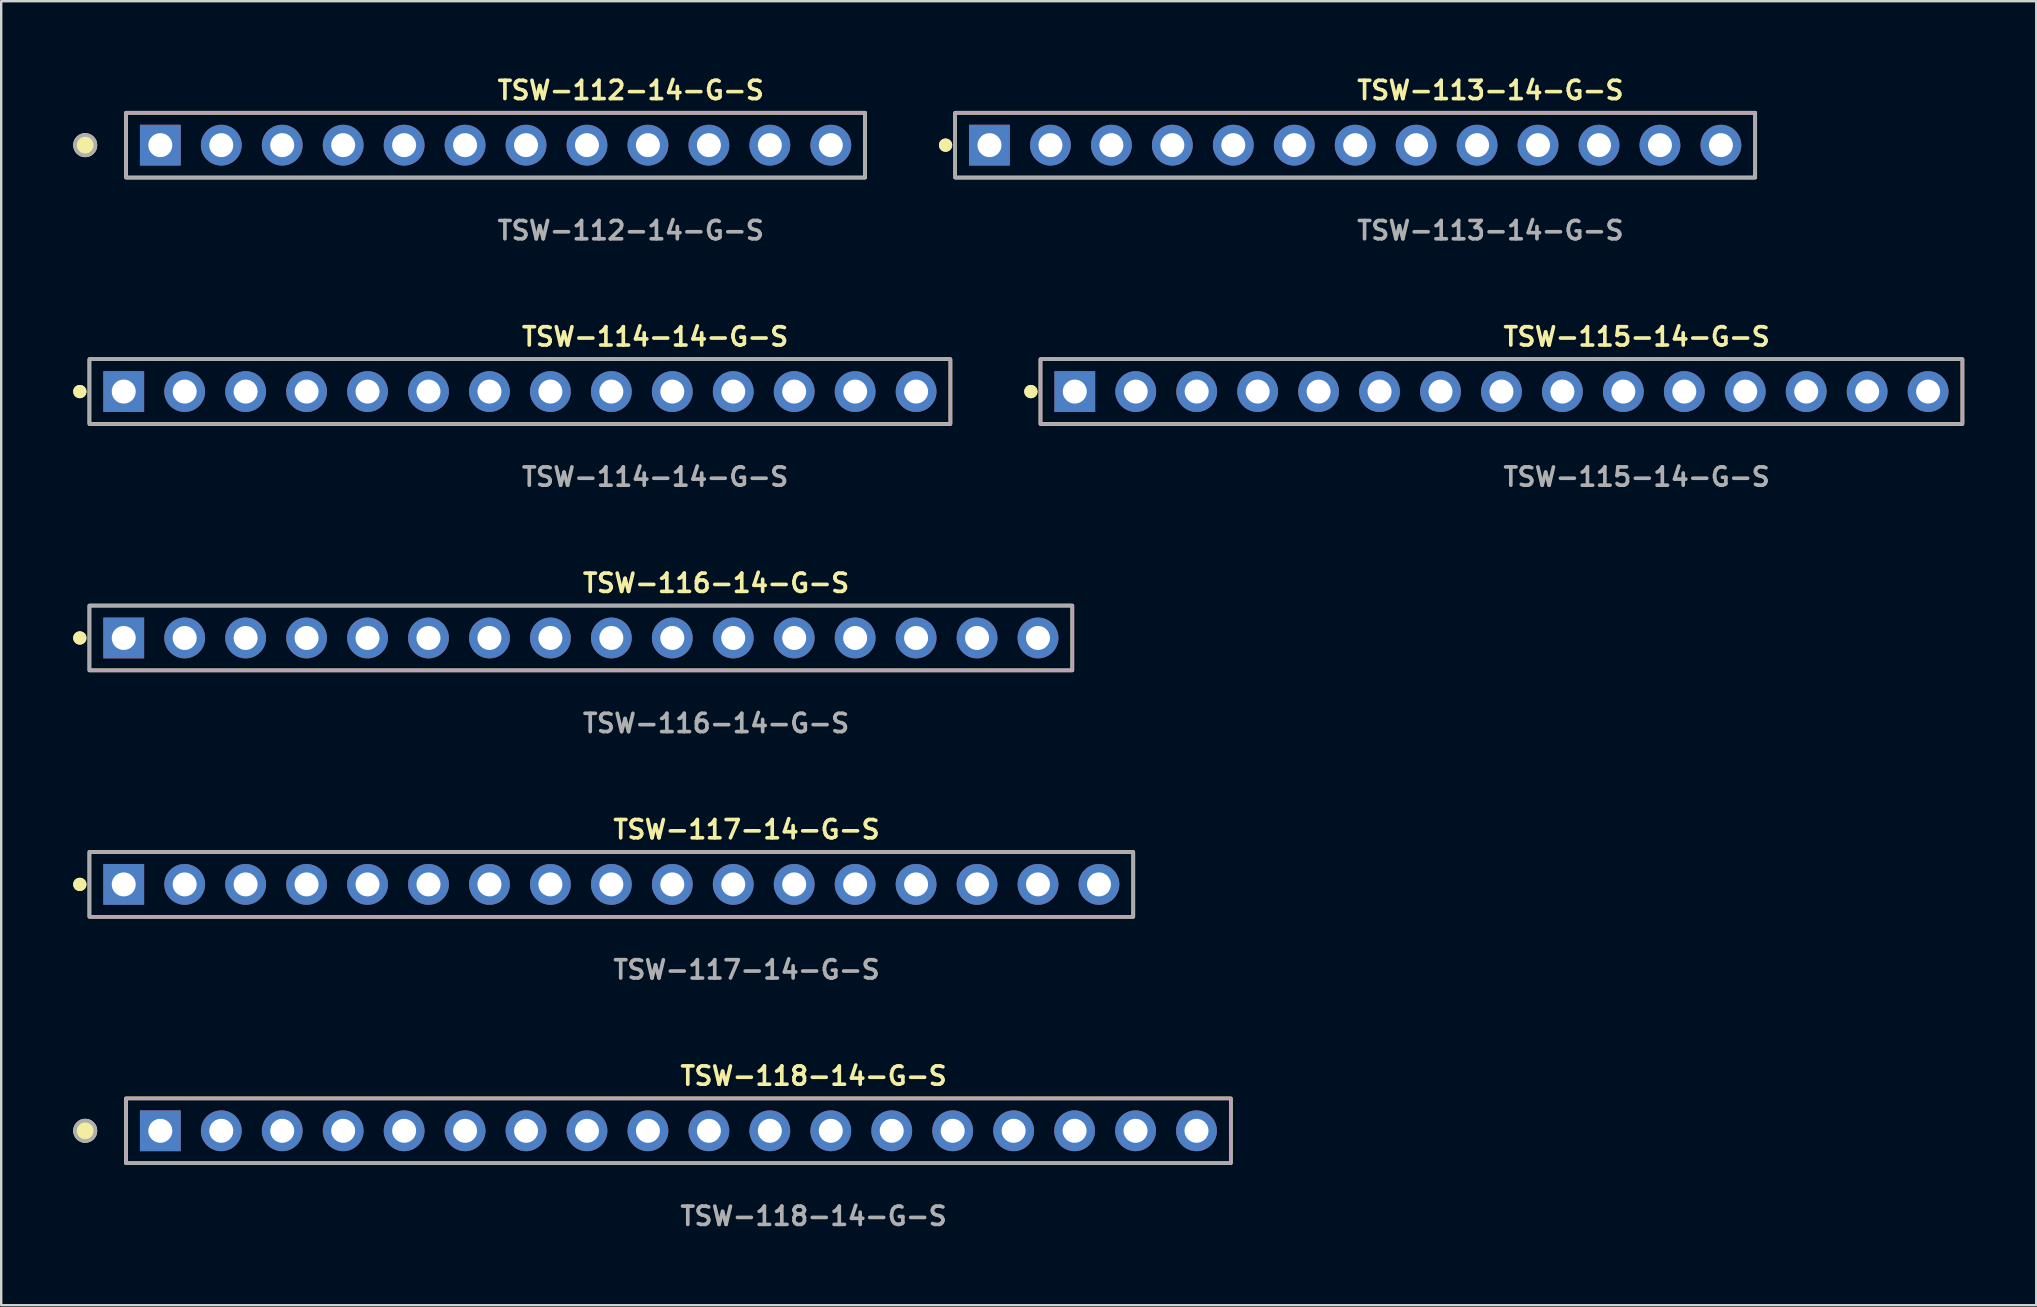
<source format=kicad_pcb>
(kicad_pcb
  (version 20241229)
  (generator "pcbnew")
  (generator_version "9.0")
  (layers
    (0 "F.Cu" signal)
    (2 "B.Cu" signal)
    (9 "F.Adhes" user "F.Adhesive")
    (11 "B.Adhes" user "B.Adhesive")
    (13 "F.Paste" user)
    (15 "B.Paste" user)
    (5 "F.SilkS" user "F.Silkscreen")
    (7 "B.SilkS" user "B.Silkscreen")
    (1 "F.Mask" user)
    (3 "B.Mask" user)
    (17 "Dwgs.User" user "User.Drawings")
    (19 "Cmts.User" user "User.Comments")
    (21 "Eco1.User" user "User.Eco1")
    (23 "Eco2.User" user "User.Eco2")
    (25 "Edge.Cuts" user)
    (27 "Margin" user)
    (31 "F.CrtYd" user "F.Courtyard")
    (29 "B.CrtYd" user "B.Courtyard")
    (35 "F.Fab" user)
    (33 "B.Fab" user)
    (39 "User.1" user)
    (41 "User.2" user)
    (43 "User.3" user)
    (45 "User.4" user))
  (footprint "TSW-113-14-G-S"
    (layer "F.Cu")
    (at 53.424 2.999)
    (property "Reference" "TSW-113-14-G-S" (at 0 -2.286 0) (unlocked yes) (layer "F.SilkS") (effects (font (size 0.762 0.762) (thickness 0.152)) (justify left)))
    (fp_rect (start -16.67 1.35) (end 16.67 -1.35) (stroke (width 0.152) (type solid)) (fill no) (layer "F.SilkS"))
    (fp_circle (center -17.07 0) (end -17.27 0) (stroke (width 0.152) (type solid)) (fill yes) (layer "F.SilkS"))
    (fp_circle (center -17.07 0) (end -17.27 0) (stroke (width 0.152) (type solid)) (fill yes) (layer "F.SilkS"))
    (fp_rect (start -16.67 1.35) (end 16.67 -1.35) (stroke (width 0.006) (type solid)) (fill no) (layer "F.CrtYd"))
    (fp_rect (start -16.67 1.35) (end 16.67 -1.35) (stroke (width 0.152) (type solid)) (fill no) (layer "F.Fab"))
    (fp_text user "${REFERENCE}" (at 0 3.556 0) (unlocked yes) (layer "F.Fab") (effects (font (size 0.762 0.762) (thickness 0.152)) (justify left)))
    (pad "1" thru_hole rect (at -15.24 0) (size 1.7 1.7) (drill 1) (layers "*.Cu" "*.Mask"))
    (pad "2" thru_hole circle (at -12.7 0) (size 1.7 1.7) (drill 1) (layers "*.Cu" "*.Mask"))
    (pad "3" thru_hole circle (at -10.16 0) (size 1.7 1.7) (drill 1) (layers "*.Cu" "*.Mask"))
    (pad "4" thru_hole circle (at -7.62 0) (size 1.7 1.7) (drill 1) (layers "*.Cu" "*.Mask"))
    (pad "5" thru_hole circle (at -5.08 0) (size 1.7 1.7) (drill 1) (layers "*.Cu" "*.Mask"))
    (pad "6" thru_hole circle (at -2.54 0) (size 1.7 1.7) (drill 1) (layers "*.Cu" "*.Mask"))
    (pad "7" thru_hole circle (at 0 0) (size 1.7 1.7) (drill 1) (layers "*.Cu" "*.Mask"))
    (pad "8" thru_hole circle (at 2.54 0) (size 1.7 1.7) (drill 1) (layers "*.Cu" "*.Mask"))
    (pad "9" thru_hole circle (at 5.08 0) (size 1.7 1.7) (drill 1) (layers "*.Cu" "*.Mask"))
    (pad "10" thru_hole circle (at 7.62 0) (size 1.7 1.7) (drill 1) (layers "*.Cu" "*.Mask"))
    (pad "11" thru_hole circle (at 10.16 0) (size 1.7 1.7) (drill 1) (layers "*.Cu" "*.Mask"))
    (pad "12" thru_hole circle (at 12.7 0) (size 1.7 1.7) (drill 1) (layers "*.Cu" "*.Mask"))
    (pad "13" thru_hole circle (at 15.24 0) (size 1.7 1.7) (drill 1) (layers "*.Cu" "*.Mask")))
  (footprint "TSW-115-14-G-S"
    (layer "F.Cu")
    (at 59.519 13.268)
    (property "Reference" "TSW-115-14-G-S" (at 0 -2.286 0) (unlocked yes) (layer "F.SilkS") (effects (font (size 0.762 0.762) (thickness 0.152)) (justify left)))
    (fp_rect (start -19.21 1.35) (end 19.21 -1.35) (stroke (width 0.152) (type solid)) (fill no) (layer "F.SilkS"))
    (fp_circle (center -19.61 0) (end -19.81 0) (stroke (width 0.152) (type solid)) (fill yes) (layer "F.SilkS"))
    (fp_circle (center -19.61 0) (end -19.81 0) (stroke (width 0.152) (type solid)) (fill yes) (layer "F.SilkS"))
    (fp_rect (start -19.21 1.35) (end 19.21 -1.35) (stroke (width 0.006) (type solid)) (fill no) (layer "F.CrtYd"))
    (fp_rect (start -19.21 1.35) (end 19.21 -1.35) (stroke (width 0.152) (type solid)) (fill no) (layer "F.Fab"))
    (fp_text user "${REFERENCE}" (at 0 3.556 0) (unlocked yes) (layer "F.Fab") (effects (font (size 0.762 0.762) (thickness 0.152)) (justify left)))
    (pad "1" thru_hole rect (at -17.78 0) (size 1.7 1.7) (drill 1) (layers "*.Cu" "*.Mask"))
    (pad "2" thru_hole circle (at -15.24 0) (size 1.7 1.7) (drill 1) (layers "*.Cu" "*.Mask"))
    (pad "3" thru_hole circle (at -12.7 0) (size 1.7 1.7) (drill 1) (layers "*.Cu" "*.Mask"))
    (pad "4" thru_hole circle (at -10.16 0) (size 1.7 1.7) (drill 1) (layers "*.Cu" "*.Mask"))
    (pad "5" thru_hole circle (at -7.62 0) (size 1.7 1.7) (drill 1) (layers "*.Cu" "*.Mask"))
    (pad "6" thru_hole circle (at -5.08 0) (size 1.7 1.7) (drill 1) (layers "*.Cu" "*.Mask"))
    (pad "7" thru_hole circle (at -2.54 0) (size 1.7 1.7) (drill 1) (layers "*.Cu" "*.Mask"))
    (pad "8" thru_hole circle (at 0 0) (size 1.7 1.7) (drill 1) (layers "*.Cu" "*.Mask"))
    (pad "9" thru_hole circle (at 2.54 0) (size 1.7 1.7) (drill 1) (layers "*.Cu" "*.Mask"))
    (pad "10" thru_hole circle (at 5.08 0) (size 1.7 1.7) (drill 1) (layers "*.Cu" "*.Mask"))
    (pad "11" thru_hole circle (at 7.62 0) (size 1.7 1.7) (drill 1) (layers "*.Cu" "*.Mask"))
    (pad "12" thru_hole circle (at 10.16 0) (size 1.7 1.7) (drill 1) (layers "*.Cu" "*.Mask"))
    (pad "13" thru_hole circle (at 12.7 0) (size 1.7 1.7) (drill 1) (layers "*.Cu" "*.Mask"))
    (pad "14" thru_hole circle (at 15.24 0) (size 1.7 1.7) (drill 1) (layers "*.Cu" "*.Mask"))
    (pad "15" thru_hole circle (at 17.78 0) (size 1.7 1.7) (drill 1) (layers "*.Cu" "*.Mask")))
  (footprint "TSW-114-14-G-S"
    (layer "F.Cu")
    (at 18.616 13.268)
    (property "Reference" "TSW-114-14-G-S" (at 0 -2.286 0) (unlocked yes) (layer "F.SilkS") (effects (font (size 0.762 0.762) (thickness 0.152)) (justify left)))
    (fp_rect (start -17.94 1.35) (end 17.94 -1.35) (stroke (width 0.152) (type solid)) (fill no) (layer "F.SilkS"))
    (fp_circle (center -18.34 0) (end -18.54 0) (stroke (width 0.152) (type solid)) (fill yes) (layer "F.SilkS"))
    (fp_circle (center -18.34 0) (end -18.54 0) (stroke (width 0.152) (type solid)) (fill yes) (layer "F.SilkS"))
    (fp_rect (start -17.94 1.35) (end 17.94 -1.35) (stroke (width 0.006) (type solid)) (fill no) (layer "F.CrtYd"))
    (fp_rect (start -17.94 1.35) (end 17.94 -1.35) (stroke (width 0.152) (type solid)) (fill no) (layer "F.Fab"))
    (fp_text user "${REFERENCE}" (at 0 3.556 0) (unlocked yes) (layer "F.Fab") (effects (font (size 0.762 0.762) (thickness 0.152)) (justify left)))
    (pad "1" thru_hole rect (at -16.51 0) (size 1.7 1.7) (drill 1) (layers "*.Cu" "*.Mask"))
    (pad "2" thru_hole circle (at -13.97 0) (size 1.7 1.7) (drill 1) (layers "*.Cu" "*.Mask"))
    (pad "3" thru_hole circle (at -11.43 0) (size 1.7 1.7) (drill 1) (layers "*.Cu" "*.Mask"))
    (pad "4" thru_hole circle (at -8.89 0) (size 1.7 1.7) (drill 1) (layers "*.Cu" "*.Mask"))
    (pad "5" thru_hole circle (at -6.35 0) (size 1.7 1.7) (drill 1) (layers "*.Cu" "*.Mask"))
    (pad "6" thru_hole circle (at -3.81 0) (size 1.7 1.7) (drill 1) (layers "*.Cu" "*.Mask"))
    (pad "7" thru_hole circle (at -1.27 0) (size 1.7 1.7) (drill 1) (layers "*.Cu" "*.Mask"))
    (pad "8" thru_hole circle (at 1.27 0) (size 1.7 1.7) (drill 1) (layers "*.Cu" "*.Mask"))
    (pad "9" thru_hole circle (at 3.81 0) (size 1.7 1.7) (drill 1) (layers "*.Cu" "*.Mask"))
    (pad "10" thru_hole circle (at 6.35 0) (size 1.7 1.7) (drill 1) (layers "*.Cu" "*.Mask"))
    (pad "11" thru_hole circle (at 8.89 0) (size 1.7 1.7) (drill 1) (layers "*.Cu" "*.Mask"))
    (pad "12" thru_hole circle (at 11.43 0) (size 1.7 1.7) (drill 1) (layers "*.Cu" "*.Mask"))
    (pad "13" thru_hole circle (at 13.97 0) (size 1.7 1.7) (drill 1) (layers "*.Cu" "*.Mask"))
    (pad "14" thru_hole circle (at 16.51 0) (size 1.7 1.7) (drill 1) (layers "*.Cu" "*.Mask")))
  (footprint "TSW-112-14-G-S"
    (layer "F.Cu")
    (at 17.601 2.999)
    (property "Reference" "TSW-112-14-G-S" (at 0 -2.286 0) (unlocked yes) (layer "F.SilkS") (effects (font (size 0.762 0.762) (thickness 0.152)) (justify left)))
    (fp_rect (start -15.4 1.35) (end 15.4 -1.35) (stroke (width 0.152) (type solid)) (fill no) (layer "F.SilkS"))
    (fp_circle (center -17.1 0) (end -17.525 0) (stroke (width 0.152) (type solid)) (fill yes) (layer "F.SilkS"))
    (fp_rect (start -15.4 1.35) (end 15.4 -1.35) (stroke (width 0.006) (type solid)) (fill no) (layer "F.CrtYd"))
    (fp_rect (start -15.4 1.35) (end 15.4 -1.35) (stroke (width 0.152) (type solid)) (fill no) (layer "F.Fab"))
    (fp_circle (center -17.1 0) (end -17.525 0) (stroke (width 0.152) (type solid)) (fill no) (layer "F.Fab"))
    (fp_text user "${REFERENCE}" (at 0 3.556 0) (unlocked yes) (layer "F.Fab") (effects (font (size 0.762 0.762) (thickness 0.152)) (justify left)))
    (pad "1" thru_hole rect (at -13.97 0) (size 1.7 1.7) (drill 1) (layers "*.Cu" "*.Mask"))
    (pad "2" thru_hole circle (at -11.43 0) (size 1.7 1.7) (drill 1) (layers "*.Cu" "*.Mask"))
    (pad "3" thru_hole circle (at -8.89 0) (size 1.7 1.7) (drill 1) (layers "*.Cu" "*.Mask"))
    (pad "4" thru_hole circle (at -6.35 0) (size 1.7 1.7) (drill 1) (layers "*.Cu" "*.Mask"))
    (pad "5" thru_hole circle (at -3.81 0) (size 1.7 1.7) (drill 1) (layers "*.Cu" "*.Mask"))
    (pad "6" thru_hole circle (at -1.27 0) (size 1.7 1.7) (drill 1) (layers "*.Cu" "*.Mask"))
    (pad "7" thru_hole circle (at 1.27 0) (size 1.7 1.7) (drill 1) (layers "*.Cu" "*.Mask"))
    (pad "8" thru_hole circle (at 3.81 0) (size 1.7 1.7) (drill 1) (layers "*.Cu" "*.Mask"))
    (pad "9" thru_hole circle (at 6.35 0) (size 1.7 1.7) (drill 1) (layers "*.Cu" "*.Mask"))
    (pad "10" thru_hole circle (at 8.89 0) (size 1.7 1.7) (drill 1) (layers "*.Cu" "*.Mask"))
    (pad "11" thru_hole circle (at 11.43 0) (size 1.7 1.7) (drill 1) (layers "*.Cu" "*.Mask"))
    (pad "12" thru_hole circle (at 13.97 0) (size 1.7 1.7) (drill 1) (layers "*.Cu" "*.Mask")))
  (footprint "TSW-118-14-G-S"
    (layer "F.Cu")
    (at 25.221 44.073)
    (property "Reference" "TSW-118-14-G-S" (at 0 -2.286 0) (unlocked yes) (layer "F.SilkS") (effects (font (size 0.762 0.762) (thickness 0.152)) (justify left)))
    (fp_rect (start -23.02 1.35) (end 23.02 -1.35) (stroke (width 0.152) (type solid)) (fill no) (layer "F.SilkS"))
    (fp_circle (center -24.72 0) (end -25.145 0) (stroke (width 0.152) (type solid)) (fill yes) (layer "F.SilkS"))
    (fp_rect (start -23.02 1.35) (end 23.02 -1.35) (stroke (width 0.006) (type solid)) (fill no) (layer "F.CrtYd"))
    (fp_rect (start -23.02 1.35) (end 23.02 -1.35) (stroke (width 0.152) (type solid)) (fill no) (layer "F.Fab"))
    (fp_circle (center -24.72 0) (end -25.145 0) (stroke (width 0.152) (type solid)) (fill no) (layer "F.Fab"))
    (fp_text user "${REFERENCE}" (at 0 3.556 0) (unlocked yes) (layer "F.Fab") (effects (font (size 0.762 0.762) (thickness 0.152)) (justify left)))
    (pad "1" thru_hole rect (at -21.59 0) (size 1.7 1.7) (drill 1) (layers "*.Cu" "*.Mask"))
    (pad "2" thru_hole circle (at -19.05 0) (size 1.7 1.7) (drill 1) (layers "*.Cu" "*.Mask"))
    (pad "3" thru_hole circle (at -16.51 0) (size 1.7 1.7) (drill 1) (layers "*.Cu" "*.Mask"))
    (pad "4" thru_hole circle (at -13.97 0) (size 1.7 1.7) (drill 1) (layers "*.Cu" "*.Mask"))
    (pad "5" thru_hole circle (at -11.43 0) (size 1.7 1.7) (drill 1) (layers "*.Cu" "*.Mask"))
    (pad "6" thru_hole circle (at -8.89 0) (size 1.7 1.7) (drill 1) (layers "*.Cu" "*.Mask"))
    (pad "7" thru_hole circle (at -6.35 0) (size 1.7 1.7) (drill 1) (layers "*.Cu" "*.Mask"))
    (pad "8" thru_hole circle (at -3.81 0) (size 1.7 1.7) (drill 1) (layers "*.Cu" "*.Mask"))
    (pad "9" thru_hole circle (at -1.27 0) (size 1.7 1.7) (drill 1) (layers "*.Cu" "*.Mask"))
    (pad "10" thru_hole circle (at 1.27 0) (size 1.7 1.7) (drill 1) (layers "*.Cu" "*.Mask"))
    (pad "11" thru_hole circle (at 3.81 0) (size 1.7 1.7) (drill 1) (layers "*.Cu" "*.Mask"))
    (pad "12" thru_hole circle (at 6.35 0) (size 1.7 1.7) (drill 1) (layers "*.Cu" "*.Mask"))
    (pad "13" thru_hole circle (at 8.89 0) (size 1.7 1.7) (drill 1) (layers "*.Cu" "*.Mask"))
    (pad "14" thru_hole circle (at 11.43 0) (size 1.7 1.7) (drill 1) (layers "*.Cu" "*.Mask"))
    (pad "15" thru_hole circle (at 13.97 0) (size 1.7 1.7) (drill 1) (layers "*.Cu" "*.Mask"))
    (pad "16" thru_hole circle (at 16.51 0) (size 1.7 1.7) (drill 1) (layers "*.Cu" "*.Mask"))
    (pad "17" thru_hole circle (at 19.05 0) (size 1.7 1.7) (drill 1) (layers "*.Cu" "*.Mask"))
    (pad "18" thru_hole circle (at 21.59 0) (size 1.7 1.7) (drill 1) (layers "*.Cu" "*.Mask")))
  (footprint "TSW-116-14-G-S"
    (layer "F.Cu")
    (at 21.156 23.536)
    (property "Reference" "TSW-116-14-G-S" (at 0 -2.286 0) (unlocked yes) (layer "F.SilkS") (effects (font (size 0.762 0.762) (thickness 0.152)) (justify left)))
    (fp_rect (start -20.48 1.35) (end 20.48 -1.35) (stroke (width 0.152) (type solid)) (fill no) (layer "F.SilkS"))
    (fp_circle (center -20.88 0) (end -21.08 0) (stroke (width 0.152) (type solid)) (fill yes) (layer "F.SilkS"))
    (fp_circle (center -20.88 0) (end -21.08 0) (stroke (width 0.152) (type solid)) (fill yes) (layer "F.SilkS"))
    (fp_rect (start -20.48 1.35) (end 20.48 -1.35) (stroke (width 0.006) (type solid)) (fill no) (layer "F.CrtYd"))
    (fp_rect (start -20.48 1.35) (end 20.48 -1.35) (stroke (width 0.152) (type solid)) (fill no) (layer "F.Fab"))
    (fp_text user "${REFERENCE}" (at 0 3.556 0) (unlocked yes) (layer "F.Fab") (effects (font (size 0.762 0.762) (thickness 0.152)) (justify left)))
    (pad "1" thru_hole rect (at -19.05 0) (size 1.7 1.7) (drill 1) (layers "*.Cu" "*.Mask"))
    (pad "2" thru_hole circle (at -16.51 0) (size 1.7 1.7) (drill 1) (layers "*.Cu" "*.Mask"))
    (pad "3" thru_hole circle (at -13.97 0) (size 1.7 1.7) (drill 1) (layers "*.Cu" "*.Mask"))
    (pad "4" thru_hole circle (at -11.43 0) (size 1.7 1.7) (drill 1) (layers "*.Cu" "*.Mask"))
    (pad "5" thru_hole circle (at -8.89 0) (size 1.7 1.7) (drill 1) (layers "*.Cu" "*.Mask"))
    (pad "6" thru_hole circle (at -6.35 0) (size 1.7 1.7) (drill 1) (layers "*.Cu" "*.Mask"))
    (pad "7" thru_hole circle (at -3.81 0) (size 1.7 1.7) (drill 1) (layers "*.Cu" "*.Mask"))
    (pad "8" thru_hole circle (at -1.27 0) (size 1.7 1.7) (drill 1) (layers "*.Cu" "*.Mask"))
    (pad "9" thru_hole circle (at 1.27 0) (size 1.7 1.7) (drill 1) (layers "*.Cu" "*.Mask"))
    (pad "10" thru_hole circle (at 3.81 0) (size 1.7 1.7) (drill 1) (layers "*.Cu" "*.Mask"))
    (pad "11" thru_hole circle (at 6.35 0) (size 1.7 1.7) (drill 1) (layers "*.Cu" "*.Mask"))
    (pad "12" thru_hole circle (at 8.89 0) (size 1.7 1.7) (drill 1) (layers "*.Cu" "*.Mask"))
    (pad "13" thru_hole circle (at 11.43 0) (size 1.7 1.7) (drill 1) (layers "*.Cu" "*.Mask"))
    (pad "14" thru_hole circle (at 13.97 0) (size 1.7 1.7) (drill 1) (layers "*.Cu" "*.Mask"))
    (pad "15" thru_hole circle (at 16.51 0) (size 1.7 1.7) (drill 1) (layers "*.Cu" "*.Mask"))
    (pad "16" thru_hole circle (at 19.05 0) (size 1.7 1.7) (drill 1) (layers "*.Cu" "*.Mask")))
  (footprint "TSW-117-14-G-S"
    (layer "F.Cu")
    (at 22.426 33.805)
    (property "Reference" "TSW-117-14-G-S" (at 0 -2.286 0) (unlocked yes) (layer "F.SilkS") (effects (font (size 0.762 0.762) (thickness 0.152)) (justify left)))
    (fp_rect (start -21.75 1.35) (end 21.75 -1.35) (stroke (width 0.152) (type solid)) (fill no) (layer "F.SilkS"))
    (fp_circle (center -22.15 0) (end -22.35 0) (stroke (width 0.152) (type solid)) (fill yes) (layer "F.SilkS"))
    (fp_circle (center -22.15 0) (end -22.35 0) (stroke (width 0.152) (type solid)) (fill yes) (layer "F.SilkS"))
    (fp_rect (start -21.75 1.35) (end 21.75 -1.35) (stroke (width 0.006) (type solid)) (fill no) (layer "F.CrtYd"))
    (fp_rect (start -21.75 1.35) (end 21.75 -1.35) (stroke (width 0.152) (type solid)) (fill no) (layer "F.Fab"))
    (fp_text user "${REFERENCE}" (at 0 3.556 0) (unlocked yes) (layer "F.Fab") (effects (font (size 0.762 0.762) (thickness 0.152)) (justify left)))
    (pad "1" thru_hole rect (at -20.32 0) (size 1.7 1.7) (drill 1) (layers "*.Cu" "*.Mask"))
    (pad "2" thru_hole circle (at -17.78 0) (size 1.7 1.7) (drill 1) (layers "*.Cu" "*.Mask"))
    (pad "3" thru_hole circle (at -15.24 0) (size 1.7 1.7) (drill 1) (layers "*.Cu" "*.Mask"))
    (pad "4" thru_hole circle (at -12.7 0) (size 1.7 1.7) (drill 1) (layers "*.Cu" "*.Mask"))
    (pad "5" thru_hole circle (at -10.16 0) (size 1.7 1.7) (drill 1) (layers "*.Cu" "*.Mask"))
    (pad "6" thru_hole circle (at -7.62 0) (size 1.7 1.7) (drill 1) (layers "*.Cu" "*.Mask"))
    (pad "7" thru_hole circle (at -5.08 0) (size 1.7 1.7) (drill 1) (layers "*.Cu" "*.Mask"))
    (pad "8" thru_hole circle (at -2.54 0) (size 1.7 1.7) (drill 1) (layers "*.Cu" "*.Mask"))
    (pad "9" thru_hole circle (at 0 0) (size 1.7 1.7) (drill 1) (layers "*.Cu" "*.Mask"))
    (pad "10" thru_hole circle (at 2.54 0) (size 1.7 1.7) (drill 1) (layers "*.Cu" "*.Mask"))
    (pad "11" thru_hole circle (at 5.08 0) (size 1.7 1.7) (drill 1) (layers "*.Cu" "*.Mask"))
    (pad "12" thru_hole circle (at 7.62 0) (size 1.7 1.7) (drill 1) (layers "*.Cu" "*.Mask"))
    (pad "13" thru_hole circle (at 10.16 0) (size 1.7 1.7) (drill 1) (layers "*.Cu" "*.Mask"))
    (pad "14" thru_hole circle (at 12.7 0) (size 1.7 1.7) (drill 1) (layers "*.Cu" "*.Mask"))
    (pad "15" thru_hole circle (at 15.24 0) (size 1.7 1.7) (drill 1) (layers "*.Cu" "*.Mask"))
    (pad "16" thru_hole circle (at 17.78 0) (size 1.7 1.7) (drill 1) (layers "*.Cu" "*.Mask"))
    (pad "17" thru_hole circle (at 20.32 0) (size 1.7 1.7) (drill 1) (layers "*.Cu" "*.Mask")))
  (gr_rect
    (start -3 -3)
    (end 81.805 51.342)
    (stroke (width 0.1) (type default))
    (fill no)
    (layer "Edge.Cuts")))
</source>
